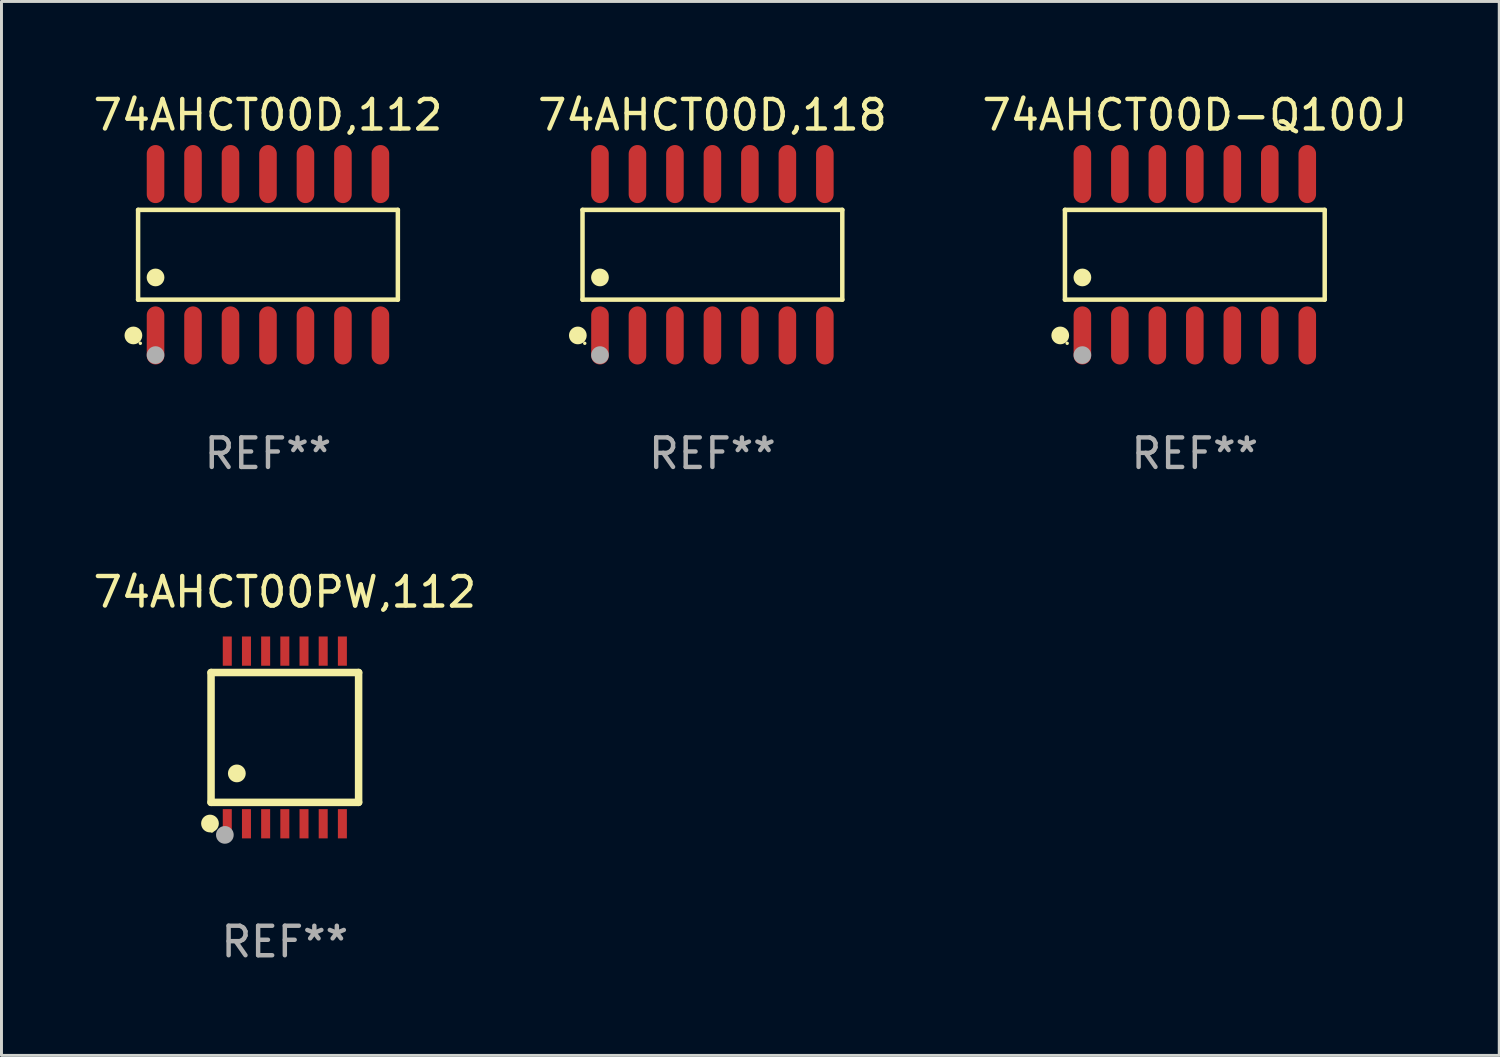
<source format=kicad_pcb>
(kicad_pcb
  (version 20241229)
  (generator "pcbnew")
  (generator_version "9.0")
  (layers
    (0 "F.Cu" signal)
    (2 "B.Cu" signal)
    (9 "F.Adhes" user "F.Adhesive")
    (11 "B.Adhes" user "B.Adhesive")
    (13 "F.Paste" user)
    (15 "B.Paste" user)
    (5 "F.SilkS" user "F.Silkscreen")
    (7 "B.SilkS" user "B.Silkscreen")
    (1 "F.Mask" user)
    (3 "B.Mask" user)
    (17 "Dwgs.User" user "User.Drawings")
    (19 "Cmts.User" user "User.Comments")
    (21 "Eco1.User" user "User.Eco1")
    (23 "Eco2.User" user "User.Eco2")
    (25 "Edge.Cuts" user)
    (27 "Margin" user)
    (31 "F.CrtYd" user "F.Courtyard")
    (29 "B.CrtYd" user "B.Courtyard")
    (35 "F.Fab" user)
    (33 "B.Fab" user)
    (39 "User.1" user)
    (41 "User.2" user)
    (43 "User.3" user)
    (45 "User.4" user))
  (footprint "74AHCT00D,118"
    (layer "F.Cu")
    (at 21.089 5.582)
    (property "Reference" "74AHCT00D,118" (at 0 -4.734 0) (layer "F.SilkS") (effects (font (size 1 1) (thickness 0.15))))
    (attr through_hole)
    (fp_line (start -4.401 -1.521) (end 4.401 -1.521) (stroke (width 0.152) (type solid)) (layer "F.SilkS"))
    (fp_line (start -4.401 1.521) (end -4.401 -1.521) (stroke (width 0.152) (type solid)) (layer "F.SilkS"))
    (fp_line (start 4.401 -1.521) (end 4.401 1.521) (stroke (width 0.152) (type solid)) (layer "F.SilkS"))
    (fp_line (start 4.401 1.521) (end -4.401 1.521) (stroke (width 0.152) (type solid)) (layer "F.SilkS"))
    (fp_circle (center -4.56 2.734) (end -4.41 2.734) (stroke (width 0.3) (type solid)) (fill no) (layer "F.SilkS"))
    (fp_circle (center -4.325 3) (end -4.295 3) (stroke (width 0.06) (type solid)) (fill no) (layer "F.SilkS"))
    (fp_circle (center -3.81 0.769) (end -3.66 0.769) (stroke (width 0.3) (type solid)) (fill no) (layer "F.SilkS"))
    (fp_circle (center -3.81 3.4) (end -3.66 3.4) (stroke (width 0.3) (type solid)) (fill no) (layer "F.Fab"))
    (fp_text user "REF**" (at 0 6.734 0) (layer "F.Fab") (effects (font (size 1 1) (thickness 0.15))))
    (pad "1" smd oval (at -3.81 2.734) (size 0.595 1.968) (layers "F.Cu" "F.Mask" "F.Paste"))
    (pad "2" smd oval (at -2.54 2.734) (size 0.595 1.968) (layers "F.Cu" "F.Mask" "F.Paste"))
    (pad "3" smd oval (at -1.27 2.734) (size 0.595 1.968) (layers "F.Cu" "F.Mask" "F.Paste"))
    (pad "4" smd oval (at 0 2.734) (size 0.595 1.968) (layers "F.Cu" "F.Mask" "F.Paste"))
    (pad "5" smd oval (at 1.27 2.734) (size 0.595 1.968) (layers "F.Cu" "F.Mask" "F.Paste"))
    (pad "6" smd oval (at 2.54 2.734) (size 0.595 1.968) (layers "F.Cu" "F.Mask" "F.Paste"))
    (pad "7" smd oval (at 3.81 2.734) (size 0.595 1.968) (layers "F.Cu" "F.Mask" "F.Paste"))
    (pad "8" smd oval (at 3.81 -2.734) (size 0.595 1.968) (layers "F.Cu" "F.Mask" "F.Paste"))
    (pad "9" smd oval (at 2.54 -2.734) (size 0.595 1.968) (layers "F.Cu" "F.Mask" "F.Paste"))
    (pad "10" smd oval (at 1.27 -2.734) (size 0.595 1.968) (layers "F.Cu" "F.Mask" "F.Paste"))
    (pad "11" smd oval (at 0 -2.734) (size 0.595 1.968) (layers "F.Cu" "F.Mask" "F.Paste"))
    (pad "12" smd oval (at -1.27 -2.734) (size 0.595 1.968) (layers "F.Cu" "F.Mask" "F.Paste"))
    (pad "13" smd oval (at -2.54 -2.734) (size 0.595 1.968) (layers "F.Cu" "F.Mask" "F.Paste"))
    (pad "14" smd oval (at -3.81 -2.734) (size 0.595 1.968) (layers "F.Cu" "F.Mask" "F.Paste")))
  (footprint "74AHCT00D-Q100J"
    (layer "F.Cu")
    (at 37.435 5.582)
    (property "Reference" "74AHCT00D-Q100J" (at 0 -4.734 0) (layer "F.SilkS") (effects (font (size 1 1) (thickness 0.15))))
    (attr through_hole)
    (fp_line (start -4.401 -1.521) (end 4.401 -1.521) (stroke (width 0.152) (type solid)) (layer "F.SilkS"))
    (fp_line (start -4.401 1.521) (end -4.401 -1.521) (stroke (width 0.152) (type solid)) (layer "F.SilkS"))
    (fp_line (start 4.401 -1.521) (end 4.401 1.521) (stroke (width 0.152) (type solid)) (layer "F.SilkS"))
    (fp_line (start 4.401 1.521) (end -4.401 1.521) (stroke (width 0.152) (type solid)) (layer "F.SilkS"))
    (fp_circle (center -4.56 2.734) (end -4.41 2.734) (stroke (width 0.3) (type solid)) (fill no) (layer "F.SilkS"))
    (fp_circle (center -4.325 3) (end -4.295 3) (stroke (width 0.06) (type solid)) (fill no) (layer "F.SilkS"))
    (fp_circle (center -3.81 0.769) (end -3.66 0.769) (stroke (width 0.3) (type solid)) (fill no) (layer "F.SilkS"))
    (fp_circle (center -3.81 3.4) (end -3.66 3.4) (stroke (width 0.3) (type solid)) (fill no) (layer "F.Fab"))
    (fp_text user "REF**" (at 0 6.734 0) (layer "F.Fab") (effects (font (size 1 1) (thickness 0.15))))
    (pad "1" smd oval (at -3.81 2.734) (size 0.595 1.968) (layers "F.Cu" "F.Mask" "F.Paste"))
    (pad "2" smd oval (at -2.54 2.734) (size 0.595 1.968) (layers "F.Cu" "F.Mask" "F.Paste"))
    (pad "3" smd oval (at -1.27 2.734) (size 0.595 1.968) (layers "F.Cu" "F.Mask" "F.Paste"))
    (pad "4" smd oval (at 0 2.734) (size 0.595 1.968) (layers "F.Cu" "F.Mask" "F.Paste"))
    (pad "5" smd oval (at 1.27 2.734) (size 0.595 1.968) (layers "F.Cu" "F.Mask" "F.Paste"))
    (pad "6" smd oval (at 2.54 2.734) (size 0.595 1.968) (layers "F.Cu" "F.Mask" "F.Paste"))
    (pad "7" smd oval (at 3.81 2.734) (size 0.595 1.968) (layers "F.Cu" "F.Mask" "F.Paste"))
    (pad "8" smd oval (at 3.81 -2.734) (size 0.595 1.968) (layers "F.Cu" "F.Mask" "F.Paste"))
    (pad "9" smd oval (at 2.54 -2.734) (size 0.595 1.968) (layers "F.Cu" "F.Mask" "F.Paste"))
    (pad "10" smd oval (at 1.27 -2.734) (size 0.595 1.968) (layers "F.Cu" "F.Mask" "F.Paste"))
    (pad "11" smd oval (at 0 -2.734) (size 0.595 1.968) (layers "F.Cu" "F.Mask" "F.Paste"))
    (pad "12" smd oval (at -1.27 -2.734) (size 0.595 1.968) (layers "F.Cu" "F.Mask" "F.Paste"))
    (pad "13" smd oval (at -2.54 -2.734) (size 0.595 1.968) (layers "F.Cu" "F.Mask" "F.Paste"))
    (pad "14" smd oval (at -3.81 -2.734) (size 0.595 1.968) (layers "F.Cu" "F.Mask" "F.Paste")))
  (footprint "74AHCT00D,112"
    (layer "F.Cu")
    (at 6.03 5.582)
    (property "Reference" "74AHCT00D,112" (at 0 -4.734 0) (layer "F.SilkS") (effects (font (size 1 1) (thickness 0.15))))
    (attr through_hole)
    (fp_line (start -4.401 -1.521) (end 4.401 -1.521) (stroke (width 0.152) (type solid)) (layer "F.SilkS"))
    (fp_line (start -4.401 1.521) (end -4.401 -1.521) (stroke (width 0.152) (type solid)) (layer "F.SilkS"))
    (fp_line (start 4.401 -1.521) (end 4.401 1.521) (stroke (width 0.152) (type solid)) (layer "F.SilkS"))
    (fp_line (start 4.401 1.521) (end -4.401 1.521) (stroke (width 0.152) (type solid)) (layer "F.SilkS"))
    (fp_circle (center -4.56 2.734) (end -4.41 2.734) (stroke (width 0.3) (type solid)) (fill no) (layer "F.SilkS"))
    (fp_circle (center -4.325 3) (end -4.295 3) (stroke (width 0.06) (type solid)) (fill no) (layer "F.SilkS"))
    (fp_circle (center -3.81 0.769) (end -3.66 0.769) (stroke (width 0.3) (type solid)) (fill no) (layer "F.SilkS"))
    (fp_circle (center -3.81 3.4) (end -3.66 3.4) (stroke (width 0.3) (type solid)) (fill no) (layer "F.Fab"))
    (fp_text user "REF**" (at 0 6.734 0) (layer "F.Fab") (effects (font (size 1 1) (thickness 0.15))))
    (pad "1" smd oval (at -3.81 2.734) (size 0.595 1.968) (layers "F.Cu" "F.Mask" "F.Paste"))
    (pad "2" smd oval (at -2.54 2.734) (size 0.595 1.968) (layers "F.Cu" "F.Mask" "F.Paste"))
    (pad "3" smd oval (at -1.27 2.734) (size 0.595 1.968) (layers "F.Cu" "F.Mask" "F.Paste"))
    (pad "4" smd oval (at 0 2.734) (size 0.595 1.968) (layers "F.Cu" "F.Mask" "F.Paste"))
    (pad "5" smd oval (at 1.27 2.734) (size 0.595 1.968) (layers "F.Cu" "F.Mask" "F.Paste"))
    (pad "6" smd oval (at 2.54 2.734) (size 0.595 1.968) (layers "F.Cu" "F.Mask" "F.Paste"))
    (pad "7" smd oval (at 3.81 2.734) (size 0.595 1.968) (layers "F.Cu" "F.Mask" "F.Paste"))
    (pad "8" smd oval (at 3.81 -2.734) (size 0.595 1.968) (layers "F.Cu" "F.Mask" "F.Paste"))
    (pad "9" smd oval (at 2.54 -2.734) (size 0.595 1.968) (layers "F.Cu" "F.Mask" "F.Paste"))
    (pad "10" smd oval (at 1.27 -2.734) (size 0.595 1.968) (layers "F.Cu" "F.Mask" "F.Paste"))
    (pad "11" smd oval (at 0 -2.734) (size 0.595 1.968) (layers "F.Cu" "F.Mask" "F.Paste"))
    (pad "12" smd oval (at -1.27 -2.734) (size 0.595 1.968) (layers "F.Cu" "F.Mask" "F.Paste"))
    (pad "13" smd oval (at -2.54 -2.734) (size 0.595 1.968) (layers "F.Cu" "F.Mask" "F.Paste"))
    (pad "14" smd oval (at -3.81 -2.734) (size 0.595 1.968) (layers "F.Cu" "F.Mask" "F.Paste")))
  (footprint "74AHCT00PW,112"
    (layer "F.Cu")
    (at 6.601 21.937)
    (property "Reference" "74AHCT00PW,112" (at 0 -4.925 0) (layer "F.SilkS") (effects (font (size 1 1) (thickness 0.15))))
    (attr through_hole)
    (fp_line (start -2.5 2.2) (end -2.5 -2.2) (stroke (width 0.254) (type solid)) (layer "F.SilkS"))
    (fp_line (start -2.5 2.2) (end 2.5 2.2) (stroke (width 0.254) (type solid)) (layer "F.SilkS"))
    (fp_line (start 2.5 -2.2) (end -2.5 -2.2) (stroke (width 0.254) (type solid)) (layer "F.SilkS"))
    (fp_line (start 2.5 -2.2) (end 2.5 2.2) (stroke (width 0.254) (type solid)) (layer "F.SilkS"))
    (fp_circle (center -2.536 2.917) (end -2.386 2.917) (stroke (width 0.3) (type solid)) (fill no) (layer "F.SilkS"))
    (fp_circle (center -2.47 3.17) (end -2.44 3.17) (stroke (width 0.06) (type solid)) (fill no) (layer "F.SilkS"))
    (fp_circle (center -1.626 1.219) (end -1.475 1.219) (stroke (width 0.3) (type solid)) (fill no) (layer "F.SilkS"))
    (fp_circle (center -2.032 3.302) (end -1.882 3.302) (stroke (width 0.3) (type solid)) (fill no) (layer "F.Fab"))
    (fp_text user "REF**" (at 0 6.925 0) (layer "F.Fab") (effects (font (size 1 1) (thickness 0.15))))
    (pad "1" smd rect (at -1.95 2.925) (size 0.305 0.991) (layers "F.Cu" "F.Mask" "F.Paste"))
    (pad "2" smd rect (at -1.3 2.925) (size 0.305 0.991) (layers "F.Cu" "F.Mask" "F.Paste"))
    (pad "3" smd rect (at -0.65 2.925) (size 0.305 0.991) (layers "F.Cu" "F.Mask" "F.Paste"))
    (pad "4" smd rect (at 0 2.925) (size 0.305 0.991) (layers "F.Cu" "F.Mask" "F.Paste"))
    (pad "5" smd rect (at 0.65 2.925) (size 0.305 0.991) (layers "F.Cu" "F.Mask" "F.Paste"))
    (pad "6" smd rect (at 1.3 2.925) (size 0.305 0.991) (layers "F.Cu" "F.Mask" "F.Paste"))
    (pad "7" smd rect (at 1.95 2.925) (size 0.305 0.991) (layers "F.Cu" "F.Mask" "F.Paste"))
    (pad "8" smd rect (at 1.95 -2.925) (size 0.305 0.991) (layers "F.Cu" "F.Mask" "F.Paste"))
    (pad "9" smd rect (at 1.3 -2.925) (size 0.305 0.991) (layers "F.Cu" "F.Mask" "F.Paste"))
    (pad "10" smd rect (at 0.65 -2.925) (size 0.305 0.991) (layers "F.Cu" "F.Mask" "F.Paste"))
    (pad "11" smd rect (at 0 -2.925) (size 0.305 0.991) (layers "F.Cu" "F.Mask" "F.Paste"))
    (pad "12" smd rect (at -0.65 -2.925) (size 0.305 0.991) (layers "F.Cu" "F.Mask" "F.Paste"))
    (pad "13" smd rect (at -1.3 -2.925) (size 0.305 0.991) (layers "F.Cu" "F.Mask" "F.Paste"))
    (pad "14" smd rect (at -1.95 -2.925) (size 0.305 0.991) (layers "F.Cu" "F.Mask" "F.Paste")))
  (gr_rect
    (start -3 -3)
    (end 47.75 32.711)
    (stroke (width 0.1) (type default))
    (fill no)
    (layer "Edge.Cuts")))
</source>
